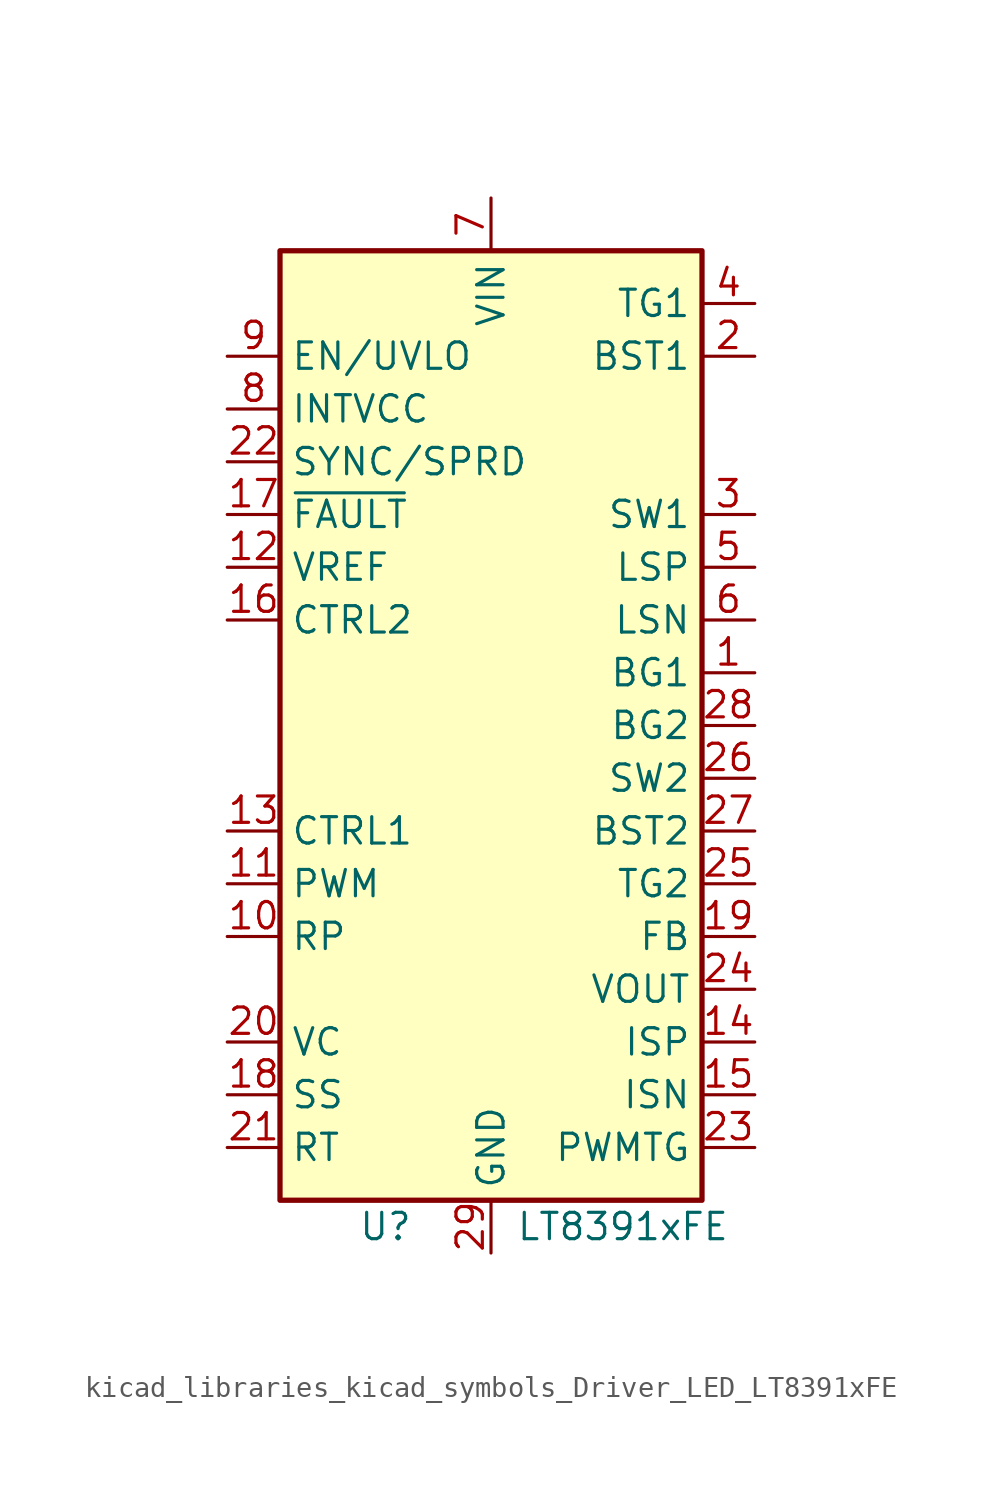
<source format=kicad_sym>
(kicad_symbol_lib
  (version 20220914)
  (generator kicad_symbol_editor)
  (symbol "kicad_libraries_kicad_symbols_Driver_LED_LT8391xFE"
    (property "Reference" "U"
      (at -5.08 -24.13 0)
      (effects (font (size 1.27 1.27))))
    (property "Value" "LT8391xFE"
      (at 6.35 -24.13 0)
      (effects (font (size 1.27 1.27))))
    (symbol "kicad_libraries_kicad_symbols_Driver_LED_LT8391xFE_0_1"
      (rectangle (start -10.16 22.86) (end 10.16 -22.86) (stroke (width 0.254) (type default)) (fill (type background))))
    (symbol "kicad_libraries_kicad_symbols_Driver_LED_LT8391xFE_1_1"
      (pin output line (at 12.7 2.54 180) (length 2.54) (name "BG1" (effects (font (size 1.27 1.27)))) (number "1" (effects (font (size 1.27 1.27)))))
      (pin input line (at -12.7 -10.16 0) (length 2.54) (name "RP" (effects (font (size 1.27 1.27)))) (number "10" (effects (font (size 1.27 1.27)))))
      (pin input line (at -12.7 -7.62 0) (length 2.54) (name "PWM" (effects (font (size 1.27 1.27)))) (number "11" (effects (font (size 1.27 1.27)))))
      (pin power_out line (at -12.7 7.62 0) (length 2.54) (name "VREF" (effects (font (size 1.27 1.27)))) (number "12" (effects (font (size 1.27 1.27)))))
      (pin input line (at -12.7 -5.08 0) (length 2.54) (name "CTRL1" (effects (font (size 1.27 1.27)))) (number "13" (effects (font (size 1.27 1.27)))))
      (pin input line (at 12.7 -15.24 180) (length 2.54) (name "ISP" (effects (font (size 1.27 1.27)))) (number "14" (effects (font (size 1.27 1.27)))))
      (pin input line (at 12.7 -17.78 180) (length 2.54) (name "ISN" (effects (font (size 1.27 1.27)))) (number "15" (effects (font (size 1.27 1.27)))))
      (pin input line (at -12.7 5.08 0) (length 2.54) (name "CTRL2" (effects (font (size 1.27 1.27)))) (number "16" (effects (font (size 1.27 1.27)))))
      (pin open_collector line (at -12.7 10.16 0) (length 2.54) (name "~{FAULT}" (effects (font (size 1.27 1.27)))) (number "17" (effects (font (size 1.27 1.27)))))
      (pin passive line (at -12.7 -17.78 0) (length 2.54) (name "SS" (effects (font (size 1.27 1.27)))) (number "18" (effects (font (size 1.27 1.27)))))
      (pin input line (at 12.7 -10.16 180) (length 2.54) (name "FB" (effects (font (size 1.27 1.27)))) (number "19" (effects (font (size 1.27 1.27)))))
      (pin passive line (at 12.7 17.78 180) (length 2.54) (name "BST1" (effects (font (size 1.27 1.27)))) (number "2" (effects (font (size 1.27 1.27)))))
      (pin passive line (at -12.7 -15.24 0) (length 2.54) (name "VC" (effects (font (size 1.27 1.27)))) (number "20" (effects (font (size 1.27 1.27)))))
      (pin passive line (at -12.7 -20.32 0) (length 2.54) (name "RT" (effects (font (size 1.27 1.27)))) (number "21" (effects (font (size 1.27 1.27)))))
      (pin input line (at -12.7 12.7 0) (length 2.54) (name "SYNC/SPRD" (effects (font (size 1.27 1.27)))) (number "22" (effects (font (size 1.27 1.27)))))
      (pin output line (at 12.7 -20.32 180) (length 2.54) (name "PWMTG" (effects (font (size 1.27 1.27)))) (number "23" (effects (font (size 1.27 1.27)))))
      (pin power_in line (at 12.7 -12.7 180) (length 2.54) (name "VOUT" (effects (font (size 1.27 1.27)))) (number "24" (effects (font (size 1.27 1.27)))))
      (pin output line (at 12.7 -7.62 180) (length 2.54) (name "TG2" (effects (font (size 1.27 1.27)))) (number "25" (effects (font (size 1.27 1.27)))))
      (pin passive line (at 12.7 -2.54 180) (length 2.54) (name "SW2" (effects (font (size 1.27 1.27)))) (number "26" (effects (font (size 1.27 1.27)))))
      (pin passive line (at 12.7 -5.08 180) (length 2.54) (name "BST2" (effects (font (size 1.27 1.27)))) (number "27" (effects (font (size 1.27 1.27)))))
      (pin output line (at 12.7 0 180) (length 2.54) (name "BG2" (effects (font (size 1.27 1.27)))) (number "28" (effects (font (size 1.27 1.27)))))
      (pin power_in line (at 0 -25.4 90) (length 2.54) (name "GND" (effects (font (size 1.27 1.27)))) (number "29" (effects (font (size 1.27 1.27)))))
      (pin passive line (at 12.7 10.16 180) (length 2.54) (name "SW1" (effects (font (size 1.27 1.27)))) (number "3" (effects (font (size 1.27 1.27)))))
      (pin output line (at 12.7 20.32 180) (length 2.54) (name "TG1" (effects (font (size 1.27 1.27)))) (number "4" (effects (font (size 1.27 1.27)))))
      (pin input line (at 12.7 7.62 180) (length 2.54) (name "LSP" (effects (font (size 1.27 1.27)))) (number "5" (effects (font (size 1.27 1.27)))))
      (pin input line (at 12.7 5.08 180) (length 2.54) (name "LSN" (effects (font (size 1.27 1.27)))) (number "6" (effects (font (size 1.27 1.27)))))
      (pin power_in line (at 0 25.4 270) (length 2.54) (name "VIN" (effects (font (size 1.27 1.27)))) (number "7" (effects (font (size 1.27 1.27)))))
      (pin power_out line (at -12.7 15.24 0) (length 2.54) (name "INTVCC" (effects (font (size 1.27 1.27)))) (number "8" (effects (font (size 1.27 1.27)))))
      (pin input line (at -12.7 17.78 0) (length 2.54) (name "EN/UVLO" (effects (font (size 1.27 1.27)))) (number "9" (effects (font (size 1.27 1.27))))))))
</source>
